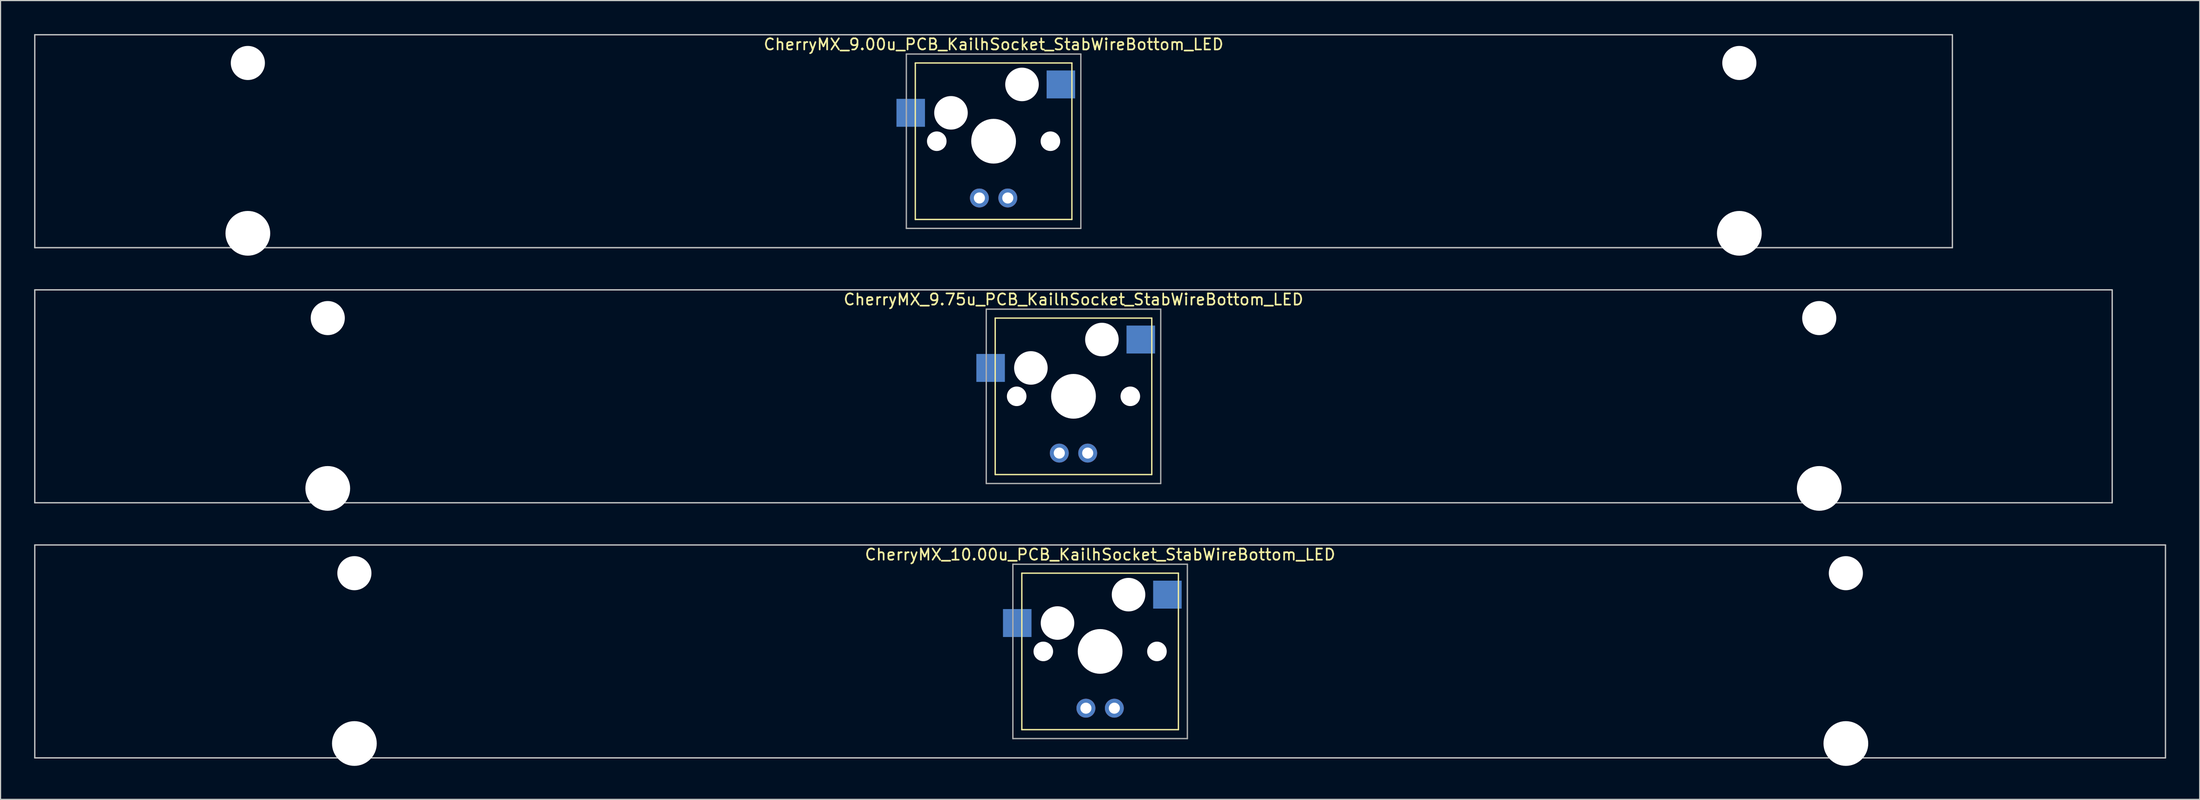
<source format=kicad_pcb>
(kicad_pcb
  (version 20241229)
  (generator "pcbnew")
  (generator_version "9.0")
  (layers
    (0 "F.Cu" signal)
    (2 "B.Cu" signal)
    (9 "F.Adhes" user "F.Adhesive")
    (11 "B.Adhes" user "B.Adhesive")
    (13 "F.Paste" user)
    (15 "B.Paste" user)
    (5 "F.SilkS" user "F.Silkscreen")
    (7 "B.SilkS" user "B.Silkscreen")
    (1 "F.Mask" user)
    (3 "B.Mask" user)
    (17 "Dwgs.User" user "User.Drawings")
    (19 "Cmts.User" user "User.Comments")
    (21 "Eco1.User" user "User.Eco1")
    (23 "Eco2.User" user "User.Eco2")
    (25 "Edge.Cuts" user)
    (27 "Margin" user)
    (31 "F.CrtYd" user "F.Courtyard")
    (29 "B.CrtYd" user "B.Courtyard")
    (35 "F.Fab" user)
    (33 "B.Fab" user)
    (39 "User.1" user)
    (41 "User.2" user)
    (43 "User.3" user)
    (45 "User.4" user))
  (footprint "CherryMX_10.00u_PCB_KailhSocket_StabWireBottom_LED"
    (layer "F.Cu")
    (at 95.31 55.235)
    (property "Reference" "CherryMX_10.00u_PCB_KailhSocket_StabWireBottom_LED" (at 0 -8.662 0) (layer "F.SilkS") (effects (font (size 1 1) (thickness 0.15))))
    (attr through_hole)
    (fp_line (start -7 -7) (end -7 7) (stroke (width 0.12) (type solid)) (layer "F.SilkS"))
    (fp_line (start -7 -7) (end 7 -7) (stroke (width 0.12) (type solid)) (layer "F.SilkS"))
    (fp_line (start 7 -7) (end 7 7) (stroke (width 0.12) (type solid)) (layer "F.SilkS"))
    (fp_line (start 7 7) (end -7 7) (stroke (width 0.12) (type solid)) (layer "F.SilkS"))
    (fp_line (start -95.25 -9.525) (end 95.25 -9.525) (stroke (width 0.12) (type solid)) (layer "Dwgs.User"))
    (fp_line (start -95.25 9.525) (end -95.25 -9.525) (stroke (width 0.12) (type solid)) (layer "Dwgs.User"))
    (fp_line (start 95.25 -9.525) (end 95.25 9.525) (stroke (width 0.12) (type solid)) (layer "Dwgs.User"))
    (fp_line (start 95.25 9.525) (end -95.25 9.525) (stroke (width 0.12) (type solid)) (layer "Dwgs.User"))
    (fp_line (start -7.8 -7.8) (end -7.8 7.8) (stroke (width 0.12) (type solid)) (layer "F.Fab"))
    (fp_line (start -7.8 -7.8) (end 7.8 -7.8) (stroke (width 0.12) (type solid)) (layer "F.Fab"))
    (fp_line (start -7.8 7.8) (end 7.8 7.8) (stroke (width 0.12) (type solid)) (layer "F.Fab"))
    (fp_line (start 7.8 -7.8) (end 7.8 7.8) (stroke (width 0.12) (type solid)) (layer "F.Fab"))
    (pad "" np_thru_hole circle (at -66.675 -7) (size 3.05 3.05) (drill 3.05) (layers "*.Cu" "*.Mask"))
    (pad "" np_thru_hole circle (at -66.675 8.24) (size 4 4) (drill 4) (layers "*.Cu" "*.Mask"))
    (pad "" np_thru_hole circle (at -5.08 0) (size 1.75 1.75) (drill 1.75) (layers "*.Cu" "*.Mask"))
    (pad "" np_thru_hole circle (at -3.81 -2.54) (size 3 3) (drill 3) (layers "*.Cu" "*.Mask"))
    (pad "" np_thru_hole circle (at 0 0) (size 4 4) (drill 4) (layers "*.Cu" "*.Mask"))
    (pad "" np_thru_hole circle (at 2.54 -5.08) (size 3 3) (drill 3) (layers "*.Cu" "*.Mask"))
    (pad "" np_thru_hole circle (at 5.08 0) (size 1.75 1.75) (drill 1.75) (layers "*.Cu" "*.Mask"))
    (pad "" np_thru_hole circle (at 66.675 -7) (size 3.05 3.05) (drill 3.05) (layers "*.Cu" "*.Mask"))
    (pad "" np_thru_hole circle (at 66.675 8.24) (size 4 4) (drill 4) (layers "*.Cu" "*.Mask"))
    (pad "1" smd rect (at -7.41 -2.54) (size 2.55 2.5) (layers "B.Cu" "B.Mask" "B.Paste"))
    (pad "2" smd rect (at 6.015 -5.08) (size 2.55 2.5) (layers "B.Cu" "B.Mask" "B.Paste"))
    (pad "3" thru_hole circle (at -1.27 5.08) (size 1.691 1.691) (drill 0.991) (layers "*.Cu" "*.Mask"))
    (pad "4" thru_hole circle (at 1.27 5.08) (size 1.691 1.691) (drill 0.991) (layers "*.Cu" "*.Mask")))
  (footprint "CherryMX_9.75u_PCB_KailhSocket_StabWireBottom_LED"
    (layer "F.Cu")
    (at 92.929 32.41)
    (property "Reference" "CherryMX_9.75u_PCB_KailhSocket_StabWireBottom_LED" (at 0 -8.662 0) (layer "F.SilkS") (effects (font (size 1 1) (thickness 0.15))))
    (attr through_hole)
    (fp_line (start -7 -7) (end -7 7) (stroke (width 0.12) (type solid)) (layer "F.SilkS"))
    (fp_line (start -7 -7) (end 7 -7) (stroke (width 0.12) (type solid)) (layer "F.SilkS"))
    (fp_line (start 7 -7) (end 7 7) (stroke (width 0.12) (type solid)) (layer "F.SilkS"))
    (fp_line (start 7 7) (end -7 7) (stroke (width 0.12) (type solid)) (layer "F.SilkS"))
    (fp_line (start -92.869 -9.525) (end 92.869 -9.525) (stroke (width 0.12) (type solid)) (layer "Dwgs.User"))
    (fp_line (start -92.869 9.525) (end -92.869 -9.525) (stroke (width 0.12) (type solid)) (layer "Dwgs.User"))
    (fp_line (start 92.869 -9.525) (end 92.869 9.525) (stroke (width 0.12) (type solid)) (layer "Dwgs.User"))
    (fp_line (start 92.869 9.525) (end -92.869 9.525) (stroke (width 0.12) (type solid)) (layer "Dwgs.User"))
    (fp_line (start -7.8 -7.8) (end -7.8 7.8) (stroke (width 0.12) (type solid)) (layer "F.Fab"))
    (fp_line (start -7.8 -7.8) (end 7.8 -7.8) (stroke (width 0.12) (type solid)) (layer "F.Fab"))
    (fp_line (start -7.8 7.8) (end 7.8 7.8) (stroke (width 0.12) (type solid)) (layer "F.Fab"))
    (fp_line (start 7.8 -7.8) (end 7.8 7.8) (stroke (width 0.12) (type solid)) (layer "F.Fab"))
    (pad "" np_thru_hole circle (at -66.675 -7) (size 3.05 3.05) (drill 3.05) (layers "*.Cu" "*.Mask"))
    (pad "" np_thru_hole circle (at -66.675 8.24) (size 4 4) (drill 4) (layers "*.Cu" "*.Mask"))
    (pad "" np_thru_hole circle (at -5.08 0) (size 1.75 1.75) (drill 1.75) (layers "*.Cu" "*.Mask"))
    (pad "" np_thru_hole circle (at -3.81 -2.54) (size 3 3) (drill 3) (layers "*.Cu" "*.Mask"))
    (pad "" np_thru_hole circle (at 0 0) (size 4 4) (drill 4) (layers "*.Cu" "*.Mask"))
    (pad "" np_thru_hole circle (at 2.54 -5.08) (size 3 3) (drill 3) (layers "*.Cu" "*.Mask"))
    (pad "" np_thru_hole circle (at 5.08 0) (size 1.75 1.75) (drill 1.75) (layers "*.Cu" "*.Mask"))
    (pad "" np_thru_hole circle (at 66.675 -7) (size 3.05 3.05) (drill 3.05) (layers "*.Cu" "*.Mask"))
    (pad "" np_thru_hole circle (at 66.675 8.24) (size 4 4) (drill 4) (layers "*.Cu" "*.Mask"))
    (pad "1" smd rect (at -7.41 -2.54) (size 2.55 2.5) (layers "B.Cu" "B.Mask" "B.Paste"))
    (pad "2" smd rect (at 6.015 -5.08) (size 2.55 2.5) (layers "B.Cu" "B.Mask" "B.Paste"))
    (pad "3" thru_hole circle (at -1.27 5.08) (size 1.691 1.691) (drill 0.991) (layers "*.Cu" "*.Mask"))
    (pad "4" thru_hole circle (at 1.27 5.08) (size 1.691 1.691) (drill 0.991) (layers "*.Cu" "*.Mask")))
  (footprint "CherryMX_9.00u_PCB_KailhSocket_StabWireBottom_LED"
    (layer "F.Cu")
    (at 85.785 9.585)
    (property "Reference" "CherryMX_9.00u_PCB_KailhSocket_StabWireBottom_LED" (at 0 -8.662 0) (layer "F.SilkS") (effects (font (size 1 1) (thickness 0.15))))
    (attr through_hole)
    (fp_line (start -7 -7) (end -7 7) (stroke (width 0.12) (type solid)) (layer "F.SilkS"))
    (fp_line (start -7 -7) (end 7 -7) (stroke (width 0.12) (type solid)) (layer "F.SilkS"))
    (fp_line (start 7 -7) (end 7 7) (stroke (width 0.12) (type solid)) (layer "F.SilkS"))
    (fp_line (start 7 7) (end -7 7) (stroke (width 0.12) (type solid)) (layer "F.SilkS"))
    (fp_line (start -85.725 -9.525) (end 85.725 -9.525) (stroke (width 0.12) (type solid)) (layer "Dwgs.User"))
    (fp_line (start -85.725 9.525) (end -85.725 -9.525) (stroke (width 0.12) (type solid)) (layer "Dwgs.User"))
    (fp_line (start 85.725 -9.525) (end 85.725 9.525) (stroke (width 0.12) (type solid)) (layer "Dwgs.User"))
    (fp_line (start 85.725 9.525) (end -85.725 9.525) (stroke (width 0.12) (type solid)) (layer "Dwgs.User"))
    (fp_line (start -7.8 -7.8) (end -7.8 7.8) (stroke (width 0.12) (type solid)) (layer "F.Fab"))
    (fp_line (start -7.8 -7.8) (end 7.8 -7.8) (stroke (width 0.12) (type solid)) (layer "F.Fab"))
    (fp_line (start -7.8 7.8) (end 7.8 7.8) (stroke (width 0.12) (type solid)) (layer "F.Fab"))
    (fp_line (start 7.8 -7.8) (end 7.8 7.8) (stroke (width 0.12) (type solid)) (layer "F.Fab"))
    (pad "" np_thru_hole circle (at -66.675 -7) (size 3.05 3.05) (drill 3.05) (layers "*.Cu" "*.Mask"))
    (pad "" np_thru_hole circle (at -66.675 8.24) (size 4 4) (drill 4) (layers "*.Cu" "*.Mask"))
    (pad "" np_thru_hole circle (at -5.08 0) (size 1.75 1.75) (drill 1.75) (layers "*.Cu" "*.Mask"))
    (pad "" np_thru_hole circle (at -3.81 -2.54) (size 3 3) (drill 3) (layers "*.Cu" "*.Mask"))
    (pad "" np_thru_hole circle (at 0 0) (size 4 4) (drill 4) (layers "*.Cu" "*.Mask"))
    (pad "" np_thru_hole circle (at 2.54 -5.08) (size 3 3) (drill 3) (layers "*.Cu" "*.Mask"))
    (pad "" np_thru_hole circle (at 5.08 0) (size 1.75 1.75) (drill 1.75) (layers "*.Cu" "*.Mask"))
    (pad "" np_thru_hole circle (at 66.675 -7) (size 3.05 3.05) (drill 3.05) (layers "*.Cu" "*.Mask"))
    (pad "" np_thru_hole circle (at 66.675 8.24) (size 4 4) (drill 4) (layers "*.Cu" "*.Mask"))
    (pad "1" smd rect (at -7.41 -2.54) (size 2.55 2.5) (layers "B.Cu" "B.Mask" "B.Paste"))
    (pad "2" smd rect (at 6.015 -5.08) (size 2.55 2.5) (layers "B.Cu" "B.Mask" "B.Paste"))
    (pad "3" thru_hole circle (at -1.27 5.08) (size 1.691 1.691) (drill 0.991) (layers "*.Cu" "*.Mask"))
    (pad "4" thru_hole circle (at 1.27 5.08) (size 1.691 1.691) (drill 0.991) (layers "*.Cu" "*.Mask")))
  (gr_rect
    (start -3 -3)
    (end 193.62 68.475)
    (stroke (width 0.1) (type default))
    (fill no)
    (layer "Edge.Cuts")))
</source>
